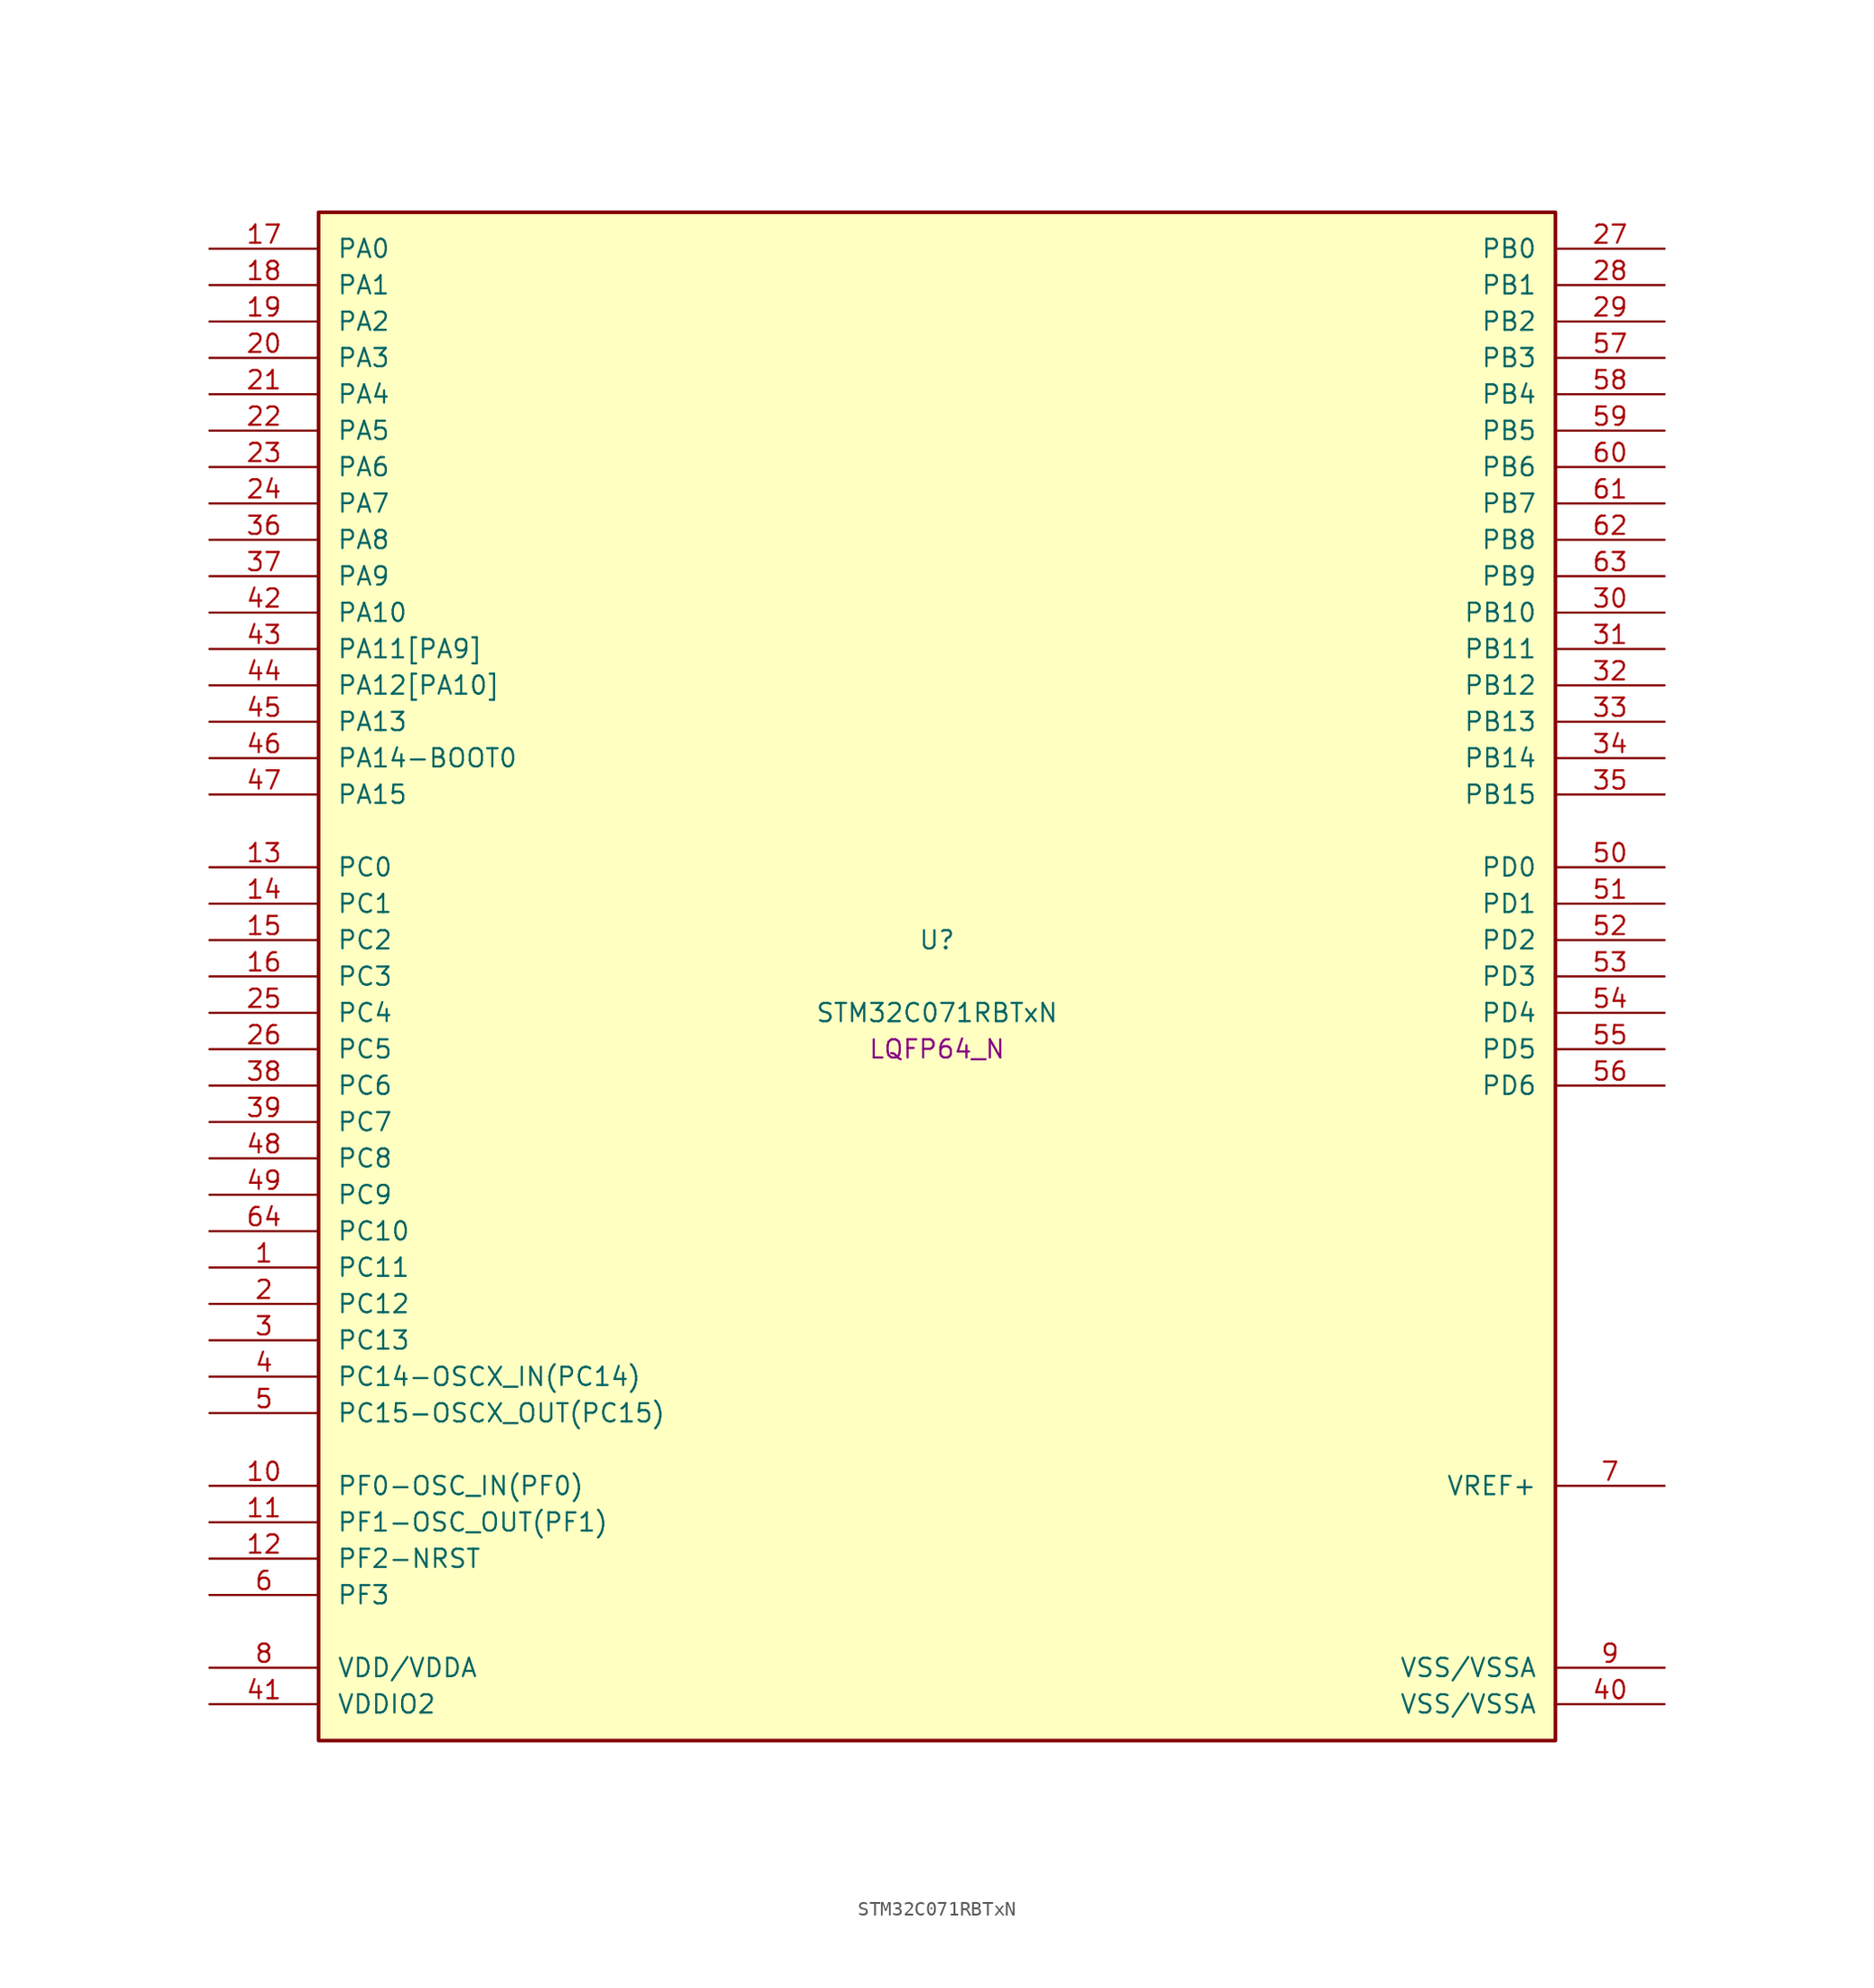
<source format=kicad_sym>
(kicad_symbol_lib
  (version 20241209)
  (generator "stm32_pkl_generator")
  (generator_version "1.0")
  (symbol "STM32C071RBTxN"
    (pin_names
      (offset 1.27))
    (property "Reference" "U"
      (at 0 2.54 0))
    (property "Value" "STM32C071RBTxN"
      (at 0 -2.54 0))
    (property "Footprint" "LQFP64_N"
      (at 0 -5.08 0))
    (symbol "STM32C071RBTxN_1_1"
      (rectangle (start -43.18 53.34) (end 43.18 -53.34) (stroke (width 0.254) (type solid)) (fill (type background)))
      (pin bidirectional line (at -50.8 50.8 0) (length 7.62) (name "PA0") (number "17") (alternate "PA0/ADC1_IN0" bidirectional line) (alternate "PA0/PWR_WKUP1" bidirectional line) (alternate "PA0/SPI2_SCK" bidirectional line) (alternate "PA0/TIM16_CH1" bidirectional line) (alternate "PA0/TIM1_CH1" bidirectional line) (alternate "PA0/TIM2_CH1" bidirectional line) (alternate "PA0/TIM2_ETR" bidirectional line) (alternate "PA0/USART1_TX" bidirectional line) (alternate "PA0/USART2_CTS" bidirectional line) (alternate "PA0/USART2_NSS" bidirectional line))
      (pin bidirectional line (at -50.8 48.26 0) (length 7.62) (name "PA1") (number "18") (alternate "PA1/ADC1_IN1" bidirectional line) (alternate "PA1/I2C1_SMBA" bidirectional line) (alternate "PA1/I2S1_CK" bidirectional line) (alternate "PA1/SPI1_SCK" bidirectional line) (alternate "PA1/TIM17_CH1" bidirectional line) (alternate "PA1/TIM1_CH2" bidirectional line) (alternate "PA1/TIM2_CH2" bidirectional line) (alternate "PA1/USART1_RX" bidirectional line) (alternate "PA1/USART2_CK" bidirectional line) (alternate "PA1/USART2_DE" bidirectional line) (alternate "PA1/USART2_RTS" bidirectional line))
      (pin bidirectional line (at -50.8 45.72 0) (length 7.62) (name "PA2") (number "19") (alternate "PA2/ADC1_IN2" bidirectional line) (alternate "PA2/I2S1_SD" bidirectional line) (alternate "PA2/PWR_WKUP4" bidirectional line) (alternate "PA2/RCC_LSCO" bidirectional line) (alternate "PA2/SPI1_MOSI" bidirectional line) (alternate "PA2/TIM16_CH1N" bidirectional line) (alternate "PA2/TIM1_CH3" bidirectional line) (alternate "PA2/TIM2_CH3" bidirectional line) (alternate "PA2/TIM3_ETR" bidirectional line) (alternate "PA2/USART2_TX" bidirectional line))
      (pin bidirectional line (at -50.8 43.18 0) (length 7.62) (name "PA3") (number "20") (alternate "PA3/ADC1_IN3" bidirectional line) (alternate "PA3/SPI2_MISO" bidirectional line) (alternate "PA3/TIM1_CH1N" bidirectional line) (alternate "PA3/TIM1_CH4" bidirectional line) (alternate "PA3/TIM2_CH4" bidirectional line) (alternate "PA3/USART2_RX" bidirectional line))
      (pin bidirectional line (at -50.8 40.64 0) (length 7.62) (name "PA4") (number "21") (alternate "PA4/ADC1_IN4" bidirectional line) (alternate "PA4/I2S1_WS" bidirectional line) (alternate "PA4/RTC_OUT2" bidirectional line) (alternate "PA4/SPI1_NSS" bidirectional line) (alternate "PA4/SPI2_MOSI" bidirectional line) (alternate "PA4/TIM14_CH1" bidirectional line) (alternate "PA4/TIM17_CH1N" bidirectional line) (alternate "PA4/TIM1_CH2N" bidirectional line) (alternate "PA4/USART2_TX" bidirectional line) (alternate "PA4/USB_NOE" bidirectional line))
      (pin bidirectional line (at -50.8 38.1 0) (length 7.62) (name "PA5") (number "22") (alternate "PA5/ADC1_IN5" bidirectional line) (alternate "PA5/I2S1_CK" bidirectional line) (alternate "PA5/SPI1_SCK" bidirectional line) (alternate "PA5/TIM1_CH1" bidirectional line) (alternate "PA5/TIM1_CH3N" bidirectional line) (alternate "PA5/TIM2_CH1" bidirectional line) (alternate "PA5/TIM2_ETR" bidirectional line) (alternate "PA5/USART2_RX" bidirectional line))
      (pin bidirectional line (at -50.8 35.56 0) (length 7.62) (name "PA6") (number "23") (alternate "PA6/ADC1_IN6" bidirectional line) (alternate "PA6/I2C2_SDA" bidirectional line) (alternate "PA6/I2S1_MCK" bidirectional line) (alternate "PA6/SPI1_MISO" bidirectional line) (alternate "PA6/TIM16_CH1" bidirectional line) (alternate "PA6/TIM1_BKIN" bidirectional line) (alternate "PA6/TIM3_CH1" bidirectional line))
      (pin bidirectional line (at -50.8 33.02 0) (length 7.62) (name "PA7") (number "24") (alternate "PA7/ADC1_IN7" bidirectional line) (alternate "PA7/I2C2_SCL" bidirectional line) (alternate "PA7/I2S1_SD" bidirectional line) (alternate "PA7/SPI1_MOSI" bidirectional line) (alternate "PA7/TIM14_CH1" bidirectional line) (alternate "PA7/TIM17_CH1" bidirectional line) (alternate "PA7/TIM1_CH1N" bidirectional line) (alternate "PA7/TIM3_CH2" bidirectional line))
      (pin bidirectional line (at -50.8 30.48 0) (length 7.62) (name "PA8") (number "36") (alternate "PA8/ADC1_IN8" bidirectional line) (alternate "PA8/CRS_SYNC" bidirectional line) (alternate "PA8/I2S1_WS" bidirectional line) (alternate "PA8/RCC_MCO" bidirectional line) (alternate "PA8/RCC_MCO_2" bidirectional line) (alternate "PA8/SPI1_NSS" bidirectional line) (alternate "PA8/SPI2_MISO" bidirectional line) (alternate "PA8/SPI2_NSS" bidirectional line) (alternate "PA8/TIM14_CH1" bidirectional line) (alternate "PA8/TIM1_CH1" bidirectional line) (alternate "PA8/TIM1_CH2N" bidirectional line) (alternate "PA8/TIM1_CH3N" bidirectional line) (alternate "PA8/TIM3_CH3" bidirectional line) (alternate "PA8/TIM3_CH4" bidirectional line) (alternate "PA8/USART1_RX" bidirectional line) (alternate "PA8/USART2_TX" bidirectional line))
      (pin bidirectional line (at -50.8 27.94 0) (length 7.62) (name "PA9") (number "37") (alternate "PA9/I2C1_SCL" bidirectional line) (alternate "PA9/I2C2_SCL" bidirectional line) (alternate "PA9/RCC_MCO" bidirectional line) (alternate "PA9/SPI2_MISO" bidirectional line) (alternate "PA9/TIM1_CH2" bidirectional line) (alternate "PA9/TIM3_ETR" bidirectional line) (alternate "PA9/USART1_TX" bidirectional line) (alternate "PA9/NC" bidirectional line))
      (pin bidirectional line (at -50.8 25.4 0) (length 7.62) (name "PA10") (number "42") (alternate "PA10/I2C1_SDA" bidirectional line) (alternate "PA10/I2C2_SDA" bidirectional line) (alternate "PA10/RCC_MCO_2" bidirectional line) (alternate "PA10/SPI2_MOSI" bidirectional line) (alternate "PA10/TIM17_BKIN" bidirectional line) (alternate "PA10/TIM1_CH3" bidirectional line) (alternate "PA10/USART1_RX" bidirectional line) (alternate "PA10/NC" bidirectional line))
      (pin bidirectional line (at -50.8 22.86 0) (length 7.62) (name "PA11[PA9]") (number "43") (alternate "PA11[PA9]/ADC1_EXTI11" bidirectional line) (alternate "PA11[PA9]/I2C2_SCL" bidirectional line) (alternate "PA11[PA9]/I2S1_MCK" bidirectional line) (alternate "PA11[PA9]/SPI1_MISO" bidirectional line) (alternate "PA11[PA9]/TIM1_BKIN2" bidirectional line) (alternate "PA11[PA9]/TIM1_CH4" bidirectional line) (alternate "PA11[PA9]/USART1_CTS" bidirectional line) (alternate "PA11[PA9]/USART1_NSS" bidirectional line) (alternate "PA11[PA9]/USB_DM" bidirectional line) (alternate "PA11[PA9]/PA9[PA11]" bidirectional line) (alternate "PA11[PA9]/I2C1_SCL" bidirectional line) (alternate "PA11[PA9]/RCC_MCO" bidirectional line) (alternate "PA11[PA9]/SPI2_MISO" bidirectional line) (alternate "PA11[PA9]/TIM1_CH2" bidirectional line) (alternate "PA11[PA9]/TIM3_ETR" bidirectional line) (alternate "PA11[PA9]/USART1_TX" bidirectional line))
      (pin bidirectional line (at -50.8 20.32 0) (length 7.62) (name "PA12[PA10]") (number "44") (alternate "PA12[PA10]/I2C2_SDA" bidirectional line) (alternate "PA12[PA10]/I2S1_SD" bidirectional line) (alternate "PA12[PA10]/I2S_CKIN" bidirectional line) (alternate "PA12[PA10]/SPI1_MOSI" bidirectional line) (alternate "PA12[PA10]/TIM1_ETR" bidirectional line) (alternate "PA12[PA10]/USART1_CK" bidirectional line) (alternate "PA12[PA10]/USART1_DE" bidirectional line) (alternate "PA12[PA10]/USART1_RTS" bidirectional line) (alternate "PA12[PA10]/USB_DP" bidirectional line) (alternate "PA12[PA10]/PA10[PA12]" bidirectional line) (alternate "PA12[PA10]/I2C1_SDA" bidirectional line) (alternate "PA12[PA10]/RCC_MCO_2" bidirectional line) (alternate "PA12[PA10]/SPI2_MOSI" bidirectional line) (alternate "PA12[PA10]/TIM17_BKIN" bidirectional line) (alternate "PA12[PA10]/TIM1_CH3" bidirectional line) (alternate "PA12[PA10]/USART1_RX" bidirectional line))
      (pin bidirectional line (at -50.8 17.78 0) (length 7.62) (name "PA13") (number "45") (alternate "PA13/ADC1_IN13" bidirectional line) (alternate "PA13/DEBUG_SWDIO" bidirectional line) (alternate "PA13/IR_OUT" bidirectional line) (alternate "PA13/TIM3_ETR" bidirectional line) (alternate "PA13/USART2_RX" bidirectional line) (alternate "PA13/USB_NOE" bidirectional line))
      (pin bidirectional line (at -50.8 15.24 0) (length 7.62) (name "PA14-BOOT0") (number "46") (alternate "PA14-BOOT0/ADC1_IN14" bidirectional line) (alternate "PA14-BOOT0/DEBUG_SWCLK" bidirectional line) (alternate "PA14-BOOT0/I2S1_WS" bidirectional line) (alternate "PA14-BOOT0/RCC_MCO_2" bidirectional line) (alternate "PA14-BOOT0/SPI1_NSS" bidirectional line) (alternate "PA14-BOOT0/TIM1_CH1" bidirectional line) (alternate "PA14-BOOT0/USART1_CK" bidirectional line) (alternate "PA14-BOOT0/USART1_DE" bidirectional line) (alternate "PA14-BOOT0/USART1_RTS" bidirectional line) (alternate "PA14-BOOT0/USART2_RX" bidirectional line) (alternate "PA14-BOOT0/USART2_TX" bidirectional line))
      (pin bidirectional line (at -50.8 12.7 0) (length 7.62) (name "PA15") (number "47") (alternate "PA15/I2S1_WS" bidirectional line) (alternate "PA15/RCC_MCO_2" bidirectional line) (alternate "PA15/SPI1_NSS" bidirectional line) (alternate "PA15/TIM1_CH1" bidirectional line) (alternate "PA15/TIM2_CH1" bidirectional line) (alternate "PA15/TIM2_ETR" bidirectional line) (alternate "PA15/USART1_CK" bidirectional line) (alternate "PA15/USART1_DE" bidirectional line) (alternate "PA15/USART1_RTS" bidirectional line) (alternate "PA15/USART2_RX" bidirectional line) (alternate "PA15/USB_NOE" bidirectional line))
      (pin bidirectional line (at 50.8 50.8 180) (length 7.62) (name "PB0") (number "27") (alternate "PB0/ADC1_IN17" bidirectional line) (alternate "PB0/I2S1_WS" bidirectional line) (alternate "PB0/SPI1_NSS" bidirectional line) (alternate "PB0/TIM1_CH2N" bidirectional line) (alternate "PB0/TIM3_CH3" bidirectional line))
      (pin bidirectional line (at 50.8 48.26 180) (length 7.62) (name "PB1") (number "28") (alternate "PB1/ADC1_IN18" bidirectional line) (alternate "PB1/TIM14_CH1" bidirectional line) (alternate "PB1/TIM1_CH2N" bidirectional line) (alternate "PB1/TIM1_CH3N" bidirectional line) (alternate "PB1/TIM3_CH4" bidirectional line))
      (pin bidirectional line (at 50.8 45.72 180) (length 7.62) (name "PB2") (number "29") (alternate "PB2/ADC1_IN19" bidirectional line) (alternate "PB2/RCC_MCO_2" bidirectional line) (alternate "PB2/SPI2_MISO" bidirectional line) (alternate "PB2/USART1_RX" bidirectional line))
      (pin bidirectional line (at 50.8 43.18 180) (length 7.62) (name "PB3") (number "57") (alternate "PB3/I2C2_SCL" bidirectional line) (alternate "PB3/I2S1_CK" bidirectional line) (alternate "PB3/SPI1_SCK" bidirectional line) (alternate "PB3/TIM1_CH2" bidirectional line) (alternate "PB3/TIM2_CH2" bidirectional line) (alternate "PB3/TIM3_CH2" bidirectional line) (alternate "PB3/USART1_CK" bidirectional line) (alternate "PB3/USART1_DE" bidirectional line) (alternate "PB3/USART1_RTS" bidirectional line))
      (pin bidirectional line (at 50.8 40.64 180) (length 7.62) (name "PB4") (number "58") (alternate "PB4/I2C2_SDA" bidirectional line) (alternate "PB4/I2S1_MCK" bidirectional line) (alternate "PB4/SPI1_MISO" bidirectional line) (alternate "PB4/TIM17_BKIN" bidirectional line) (alternate "PB4/TIM3_CH1" bidirectional line) (alternate "PB4/USART1_CTS" bidirectional line) (alternate "PB4/USART1_NSS" bidirectional line))
      (pin bidirectional line (at 50.8 38.1 180) (length 7.62) (name "PB5") (number "59") (alternate "PB5/I2C1_SMBA" bidirectional line) (alternate "PB5/I2S1_SD" bidirectional line) (alternate "PB5/PWR_WKUP6" bidirectional line) (alternate "PB5/SPI1_MOSI" bidirectional line) (alternate "PB5/TIM16_BKIN" bidirectional line) (alternate "PB5/TIM3_CH2" bidirectional line) (alternate "PB5/TIM3_CH3" bidirectional line))
      (pin bidirectional line (at 50.8 35.56 180) (length 7.62) (name "PB6") (number "60") (alternate "PB6/I2C1_SCL" bidirectional line) (alternate "PB6/I2C1_SMBA" bidirectional line) (alternate "PB6/I2S1_CK" bidirectional line) (alternate "PB6/I2S1_MCK" bidirectional line) (alternate "PB6/I2S1_SD" bidirectional line) (alternate "PB6/PWR_WKUP3" bidirectional line) (alternate "PB6/SPI1_MISO" bidirectional line) (alternate "PB6/SPI1_MOSI" bidirectional line) (alternate "PB6/SPI1_SCK" bidirectional line) (alternate "PB6/SPI2_MISO" bidirectional line) (alternate "PB6/TIM16_BKIN" bidirectional line) (alternate "PB6/TIM16_CH1N" bidirectional line) (alternate "PB6/TIM17_BKIN" bidirectional line) (alternate "PB6/TIM1_CH2" bidirectional line) (alternate "PB6/TIM1_CH3" bidirectional line) (alternate "PB6/TIM3_CH1" bidirectional line) (alternate "PB6/TIM3_CH2" bidirectional line) (alternate "PB6/TIM3_CH3" bidirectional line) (alternate "PB6/USART1_CTS" bidirectional line) (alternate "PB6/USART1_NSS" bidirectional line) (alternate "PB6/USART1_TX" bidirectional line))
      (pin bidirectional line (at 50.8 33.02 180) (length 7.62) (name "PB7") (number "61") (alternate "PB7/I2C1_SCL" bidirectional line) (alternate "PB7/I2C1_SDA" bidirectional line) (alternate "PB7/SPI2_MOSI" bidirectional line) (alternate "PB7/TIM16_CH1" bidirectional line) (alternate "PB7/TIM17_CH1N" bidirectional line) (alternate "PB7/TIM1_CH4" bidirectional line) (alternate "PB7/TIM3_CH1" bidirectional line) (alternate "PB7/TIM3_CH4" bidirectional line) (alternate "PB7/USART1_RX" bidirectional line) (alternate "PB7/USART2_CTS" bidirectional line) (alternate "PB7/USART2_NSS" bidirectional line))
      (pin bidirectional line (at 50.8 30.48 180) (length 7.62) (name "PB8") (number "62") (alternate "PB8/I2C1_SCL" bidirectional line) (alternate "PB8/SPI2_SCK" bidirectional line) (alternate "PB8/TIM16_CH1" bidirectional line) (alternate "PB8/TIM3_CH1" bidirectional line) (alternate "PB8/USART2_CTS" bidirectional line) (alternate "PB8/USART2_NSS" bidirectional line))
      (pin bidirectional line (at 50.8 27.94 180) (length 7.62) (name "PB9") (number "63") (alternate "PB9/I2C1_SDA" bidirectional line) (alternate "PB9/IR_OUT" bidirectional line) (alternate "PB9/SPI2_NSS" bidirectional line) (alternate "PB9/TIM17_CH1" bidirectional line) (alternate "PB9/TIM3_CH2" bidirectional line) (alternate "PB9/USART2_CK" bidirectional line) (alternate "PB9/USART2_DE" bidirectional line) (alternate "PB9/USART2_RTS" bidirectional line))
      (pin bidirectional line (at 50.8 25.4 180) (length 7.62) (name "PB10") (number "30") (alternate "PB10/ADC1_IN20" bidirectional line) (alternate "PB10/I2C2_SCL" bidirectional line) (alternate "PB10/SPI2_SCK" bidirectional line) (alternate "PB10/TIM2_CH3" bidirectional line))
      (pin bidirectional line (at 50.8 22.86 180) (length 7.62) (name "PB11") (number "31") (alternate "PB11/ADC1_EXTI11" bidirectional line) (alternate "PB11/ADC1_IN21" bidirectional line) (alternate "PB11/I2C2_SDA" bidirectional line) (alternate "PB11/SPI2_MOSI" bidirectional line) (alternate "PB11/TIM2_CH4" bidirectional line))
      (pin bidirectional line (at 50.8 20.32 180) (length 7.62) (name "PB12") (number "32") (alternate "PB12/ADC1_IN22" bidirectional line) (alternate "PB12/SPI2_NSS" bidirectional line) (alternate "PB12/TIM1_BKIN" bidirectional line) (alternate "PB12/TIM1_BKIN2" bidirectional line))
      (pin bidirectional line (at 50.8 17.78 180) (length 7.62) (name "PB13") (number "33") (alternate "PB13/I2C2_SCL" bidirectional line) (alternate "PB13/SPI2_SCK" bidirectional line) (alternate "PB13/TIM1_CH1N" bidirectional line))
      (pin bidirectional line (at 50.8 15.24 180) (length 7.62) (name "PB14") (number "34") (alternate "PB14/I2C2_SDA" bidirectional line) (alternate "PB14/SPI2_MISO" bidirectional line) (alternate "PB14/TIM1_CH2N" bidirectional line))
      (pin bidirectional line (at 50.8 12.7 180) (length 7.62) (name "PB15") (number "35") (alternate "PB15/RTC_REFIN" bidirectional line) (alternate "PB15/SPI2_MOSI" bidirectional line) (alternate "PB15/TIM1_CH3N" bidirectional line))
      (pin bidirectional line (at -50.8 7.62 0) (length 7.62) (name "PC0") (number "13"))
      (pin bidirectional line (at -50.8 5.08 0) (length 7.62) (name "PC1") (number "14"))
      (pin bidirectional line (at -50.8 2.54 0) (length 7.62) (name "PC2") (number "15") (alternate "PC2/SPI2_MISO" bidirectional line))
      (pin bidirectional line (at -50.8 0 0) (length 7.62) (name "PC3") (number "16") (alternate "PC3/SPI2_MOSI" bidirectional line))
      (pin bidirectional line (at -50.8 -2.54 0) (length 7.62) (name "PC4") (number "25") (alternate "PC4/ADC1_IN11" bidirectional line) (alternate "PC4/TIM2_CH1" bidirectional line) (alternate "PC4/TIM2_ETR" bidirectional line) (alternate "PC4/USART1_TX" bidirectional line))
      (pin bidirectional line (at -50.8 -5.08 0) (length 7.62) (name "PC5") (number "26") (alternate "PC5/ADC1_IN12" bidirectional line) (alternate "PC5/PWR_WKUP5" bidirectional line) (alternate "PC5/TIM2_CH2" bidirectional line) (alternate "PC5/USART1_RX" bidirectional line))
      (pin bidirectional line (at -50.8 -7.62 0) (length 7.62) (name "PC6") (number "38") (alternate "PC6/TIM2_CH3" bidirectional line) (alternate "PC6/TIM3_CH1" bidirectional line))
      (pin bidirectional line (at -50.8 -10.16 0) (length 7.62) (name "PC7") (number "39") (alternate "PC7/TIM2_CH4" bidirectional line) (alternate "PC7/TIM3_CH2" bidirectional line))
      (pin bidirectional line (at -50.8 -12.7 0) (length 7.62) (name "PC8") (number "48") (alternate "PC8/TIM1_CH1" bidirectional line) (alternate "PC8/TIM3_CH3" bidirectional line))
      (pin bidirectional line (at -50.8 -15.24 0) (length 7.62) (name "PC9") (number "49") (alternate "PC9/I2S_CKIN" bidirectional line) (alternate "PC9/TIM1_CH2" bidirectional line) (alternate "PC9/TIM3_CH4" bidirectional line) (alternate "PC9/USB_NOE" bidirectional line))
      (pin bidirectional line (at -50.8 -17.78 0) (length 7.62) (name "PC10") (number "64") (alternate "PC10/TIM1_CH3" bidirectional line))
      (pin bidirectional line (at -50.8 -20.32 0) (length 7.62) (name "PC11") (number "1") (alternate "PC11/ADC1_EXTI11" bidirectional line) (alternate "PC11/TIM1_CH4" bidirectional line))
      (pin bidirectional line (at -50.8 -22.86 0) (length 7.62) (name "PC12") (number "2") (alternate "PC12/TIM14_CH1" bidirectional line))
      (pin bidirectional line (at -50.8 -25.4 0) (length 7.62) (name "PC13") (number "3") (alternate "PC13/PWR_WKUP2" bidirectional line) (alternate "PC13/RTC_OUT1" bidirectional line) (alternate "PC13/RTC_TS" bidirectional line) (alternate "PC13/TIM1_BKIN" bidirectional line) (alternate "PC13/TIM1_ETR" bidirectional line))
      (pin bidirectional line (at -50.8 -27.94 0) (length 7.62) (name "PC14-OSCX_IN(PC14)") (number "4") (alternate "PC14-OSCX_IN(PC14)/I2C1_SDA" bidirectional line) (alternate "PC14-OSCX_IN(PC14)/IR_OUT" bidirectional line) (alternate "PC14-OSCX_IN(PC14)/RCC_OSCX_IN" bidirectional line) (alternate "PC14-OSCX_IN(PC14)/SPI2_NSS" bidirectional line) (alternate "PC14-OSCX_IN(PC14)/TIM17_CH1" bidirectional line) (alternate "PC14-OSCX_IN(PC14)/TIM1_BKIN2" bidirectional line) (alternate "PC14-OSCX_IN(PC14)/TIM1_ETR" bidirectional line) (alternate "PC14-OSCX_IN(PC14)/TIM3_CH2" bidirectional line) (alternate "PC14-OSCX_IN(PC14)/USART1_TX" bidirectional line) (alternate "PC14-OSCX_IN(PC14)/USART2_CK" bidirectional line) (alternate "PC14-OSCX_IN(PC14)/USART2_DE" bidirectional line) (alternate "PC14-OSCX_IN(PC14)/USART2_RTS" bidirectional line))
      (pin bidirectional line (at -50.8 -30.48 0) (length 7.62) (name "PC15-OSCX_OUT(PC15)") (number "5") (alternate "PC15-OSCX_OUT(PC15)/RCC_OSC32_EN" bidirectional line) (alternate "PC15-OSCX_OUT(PC15)/RCC_OSCX_OUT" bidirectional line) (alternate "PC15-OSCX_OUT(PC15)/RCC_OSC_EN" bidirectional line) (alternate "PC15-OSCX_OUT(PC15)/TIM1_ETR" bidirectional line) (alternate "PC15-OSCX_OUT(PC15)/TIM3_CH3" bidirectional line))
      (pin bidirectional line (at 50.8 7.62 180) (length 7.62) (name "PD0") (number "50") (alternate "PD0/SPI2_NSS" bidirectional line) (alternate "PD0/TIM16_CH1" bidirectional line))
      (pin bidirectional line (at 50.8 5.08 180) (length 7.62) (name "PD1") (number "51") (alternate "PD1/SPI2_SCK" bidirectional line) (alternate "PD1/TIM17_CH1" bidirectional line))
      (pin bidirectional line (at 50.8 2.54 180) (length 7.62) (name "PD2") (number "52") (alternate "PD2/TIM1_CH1N" bidirectional line) (alternate "PD2/TIM3_ETR" bidirectional line))
      (pin bidirectional line (at 50.8 0 180) (length 7.62) (name "PD3") (number "53") (alternate "PD3/SPI2_MISO" bidirectional line) (alternate "PD3/TIM1_CH2N" bidirectional line) (alternate "PD3/USART2_CTS" bidirectional line) (alternate "PD3/USART2_NSS" bidirectional line))
      (pin bidirectional line (at 50.8 -2.54 180) (length 7.62) (name "PD4") (number "54") (alternate "PD4/SPI2_MOSI" bidirectional line) (alternate "PD4/TIM1_CH3N" bidirectional line) (alternate "PD4/USART2_CK" bidirectional line) (alternate "PD4/USART2_DE" bidirectional line) (alternate "PD4/USART2_RTS" bidirectional line))
      (pin bidirectional line (at 50.8 -5.08 180) (length 7.62) (name "PD5") (number "55") (alternate "PD5/I2S1_MCK" bidirectional line) (alternate "PD5/SPI1_MISO" bidirectional line) (alternate "PD5/TIM1_BKIN" bidirectional line) (alternate "PD5/USART2_TX" bidirectional line))
      (pin bidirectional line (at 50.8 -7.62 180) (length 7.62) (name "PD6") (number "56") (alternate "PD6/I2S1_SD" bidirectional line) (alternate "PD6/SPI1_MOSI" bidirectional line) (alternate "PD6/USART2_RX" bidirectional line))
      (pin bidirectional line (at -50.8 -35.56 0) (length 7.62) (name "PF0-OSC_IN(PF0)") (number "10") (alternate "PF0-OSC_IN(PF0)/CRS_SYNC" bidirectional line) (alternate "PF0-OSC_IN(PF0)/RCC_OSC_IN" bidirectional line) (alternate "PF0-OSC_IN(PF0)/TIM14_CH1" bidirectional line))
      (pin bidirectional line (at -50.8 -38.1 0) (length 7.62) (name "PF1-OSC_OUT(PF1)") (number "11") (alternate "PF1-OSC_OUT(PF1)/RCC_OSC_EN" bidirectional line) (alternate "PF1-OSC_OUT(PF1)/RCC_OSC_OUT" bidirectional line))
      (pin bidirectional line (at -50.8 -40.64 0) (length 7.62) (name "PF2-NRST") (number "12") (alternate "PF2-NRST/RCC_MCO" bidirectional line) (alternate "PF2-NRST/TIM1_CH4" bidirectional line))
      (pin bidirectional line (at -50.8 -43.18 0) (length 7.62) (name "PF3") (number "6"))
      (pin bidirectional line (at 50.8 -35.56 180) (length 7.62) (name "VREF+") (number "7"))
      (pin power_in line (at -50.8 -48.26 0) (length 7.62) (name "VDD/VDDA") (number "8"))
      (pin power_in line (at -50.8 -50.8 0) (length 7.62) (name "VDDIO2") (number "41"))
      (pin power_in line (at 50.8 -48.26 180) (length 7.62) (name "VSS/VSSA") (number "9"))
      (pin power_in line (at 50.8 -50.8 180) (length 7.62) (name "VSS/VSSA") (number "40")))))
</source>
